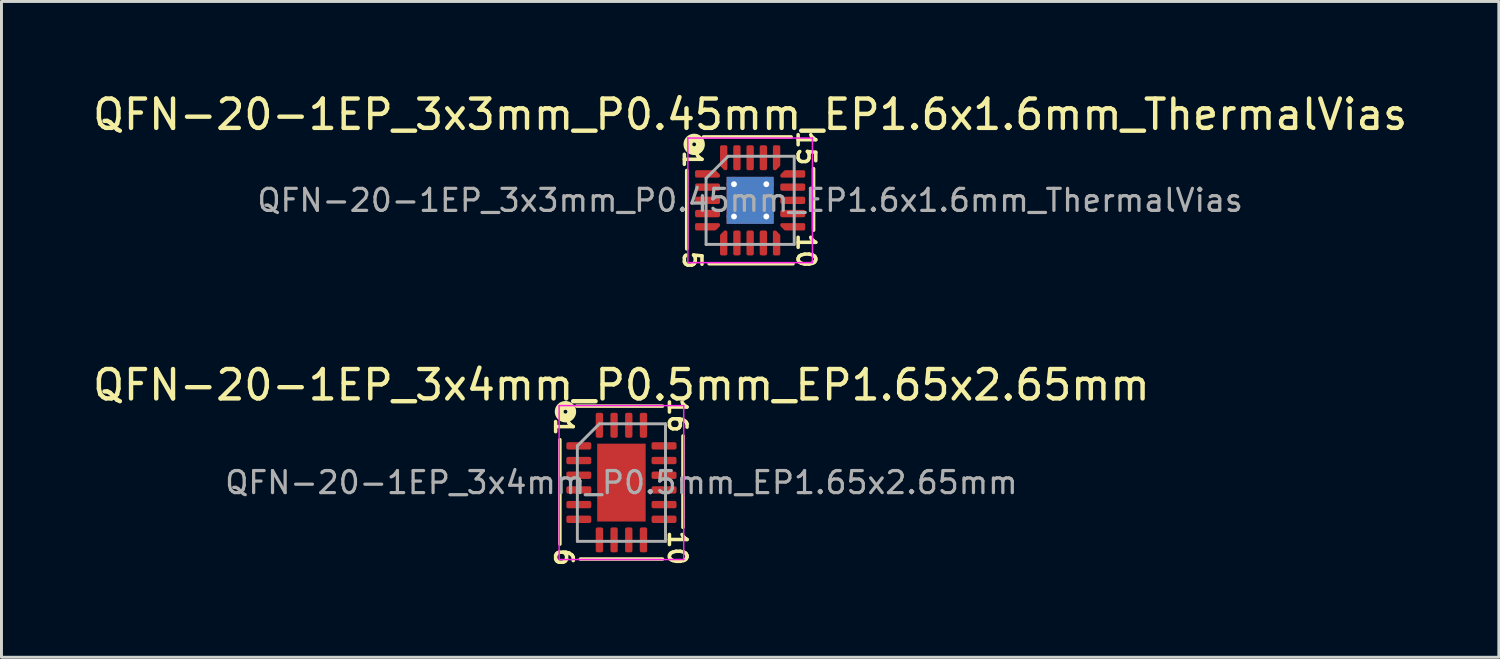
<source format=kicad_pcb>
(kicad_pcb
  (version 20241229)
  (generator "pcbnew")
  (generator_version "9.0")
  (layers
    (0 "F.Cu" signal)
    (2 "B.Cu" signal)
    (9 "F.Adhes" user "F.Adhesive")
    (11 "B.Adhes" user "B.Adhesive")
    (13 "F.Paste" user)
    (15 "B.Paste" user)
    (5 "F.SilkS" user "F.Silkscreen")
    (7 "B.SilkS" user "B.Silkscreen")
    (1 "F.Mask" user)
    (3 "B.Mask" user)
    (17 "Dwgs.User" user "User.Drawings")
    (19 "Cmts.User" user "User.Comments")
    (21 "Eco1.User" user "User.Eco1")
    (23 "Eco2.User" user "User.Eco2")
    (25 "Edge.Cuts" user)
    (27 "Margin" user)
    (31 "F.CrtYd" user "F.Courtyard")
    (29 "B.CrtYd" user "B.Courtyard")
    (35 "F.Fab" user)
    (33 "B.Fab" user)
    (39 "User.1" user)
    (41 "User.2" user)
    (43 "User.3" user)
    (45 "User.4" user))
  (footprint "QFN-20-1EP_3x4mm_P0.5mm_EP1.65x2.65mm"
    (layer "F.Cu")
    (at 18.101 13.375)
    (property "Reference" "QFN-20-1EP_3x4mm_P0.5mm_EP1.65x2.65mm" (at 0 -3.32 0) (layer "F.SilkS") (effects (font (size 1 1) (thickness 0.15))))
    (attr smd)
    (fp_line (start -2.095 -1.46) (end -2.095 2.095) (stroke (width 0.12) (type solid)) (layer "F.SilkS"))
    (fp_line (start -1.397 2.603) (end 1.397 2.603) (stroke (width 0.12) (type solid)) (layer "F.SilkS"))
    (fp_line (start 1.397 -2.603) (end -1.524 -2.603) (stroke (width 0.12) (type solid)) (layer "F.SilkS"))
    (fp_line (start 2.095 1.524) (end 2.095 -1.587) (stroke (width 0.12) (type solid)) (layer "F.SilkS"))
    (fp_circle (center -1.905 -2.413) (end -1.841 -2.413) (stroke (width 0.3) (type solid)) (fill no) (layer "F.SilkS"))
    (fp_line (start -2.12 -2.62) (end -2.12 2.62) (stroke (width 0.05) (type solid)) (layer "F.CrtYd"))
    (fp_line (start -2.12 2.62) (end 2.12 2.62) (stroke (width 0.05) (type solid)) (layer "F.CrtYd"))
    (fp_line (start 2.12 -2.62) (end -2.12 -2.62) (stroke (width 0.05) (type solid)) (layer "F.CrtYd"))
    (fp_line (start 2.12 2.62) (end 2.12 -2.62) (stroke (width 0.05) (type solid)) (layer "F.CrtYd"))
    (fp_line (start -1.5 -1.25) (end -0.75 -2) (stroke (width 0.1) (type solid)) (layer "F.Fab"))
    (fp_line (start -1.5 2) (end -1.5 -1.25) (stroke (width 0.1) (type solid)) (layer "F.Fab"))
    (fp_line (start -0.75 -2) (end 1.5 -2) (stroke (width 0.1) (type solid)) (layer "F.Fab"))
    (fp_line (start 1.5 -2) (end 1.5 2) (stroke (width 0.1) (type solid)) (layer "F.Fab"))
    (fp_line (start 1.5 2) (end -1.5 2) (stroke (width 0.1) (type solid)) (layer "F.Fab"))
    (fp_text user "16" (at 1.905 -2.286 270) (unlocked yes) (layer "F.SilkS") (effects (font (size 0.6 0.6) (thickness 0.12))))
    (fp_text user "6" (at -1.968 2.54 270) (unlocked yes) (layer "F.SilkS") (effects (font (size 0.6 0.6) (thickness 0.12))))
    (fp_text user "10" (at 1.905 2.223 270) (unlocked yes) (layer "F.SilkS") (effects (font (size 0.6 0.6) (thickness 0.12))))
    (fp_text user "1" (at -1.968 -1.905 270) (unlocked yes) (layer "F.SilkS") (effects (font (size 0.6 0.6) (thickness 0.12))))
    (fp_text user "${REFERENCE}" (at 0 0 0) (layer "F.Fab") (effects (font (size 0.75 0.75) (thickness 0.11))))
    (pad "" smd roundrect (at -0.41 -0.66) (size 0.67 1.07) (layers "F.Paste") (roundrect_rratio 0.25))
    (pad "" smd roundrect (at -0.41 0.66) (size 0.67 1.07) (layers "F.Paste") (roundrect_rratio 0.25))
    (pad "" smd roundrect (at 0.41 -0.66) (size 0.67 1.07) (layers "F.Paste") (roundrect_rratio 0.25))
    (pad "" smd roundrect (at 0.41 0.66) (size 0.67 1.07) (layers "F.Paste") (roundrect_rratio 0.25))
    (pad "1" smd roundrect (at -1.45 -1.25) (size 0.85 0.25) (layers "F.Cu" "F.Mask" "F.Paste") (roundrect_rratio 0.25))
    (pad "2" smd roundrect (at -1.45 -0.75) (size 0.85 0.25) (layers "F.Cu" "F.Mask" "F.Paste") (roundrect_rratio 0.25))
    (pad "3" smd roundrect (at -1.45 -0.25) (size 0.85 0.25) (layers "F.Cu" "F.Mask" "F.Paste") (roundrect_rratio 0.25))
    (pad "4" smd roundrect (at -1.45 0.25) (size 0.85 0.25) (layers "F.Cu" "F.Mask" "F.Paste") (roundrect_rratio 0.25))
    (pad "5" smd roundrect (at -1.45 0.75) (size 0.85 0.25) (layers "F.Cu" "F.Mask" "F.Paste") (roundrect_rratio 0.25))
    (pad "6" smd roundrect (at -1.45 1.25) (size 0.85 0.25) (layers "F.Cu" "F.Mask" "F.Paste") (roundrect_rratio 0.25))
    (pad "7" smd roundrect (at -0.75 1.95) (size 0.25 0.85) (layers "F.Cu" "F.Mask" "F.Paste") (roundrect_rratio 0.25))
    (pad "8" smd roundrect (at -0.25 1.95) (size 0.25 0.85) (layers "F.Cu" "F.Mask" "F.Paste") (roundrect_rratio 0.25))
    (pad "9" smd roundrect (at 0.25 1.95) (size 0.25 0.85) (layers "F.Cu" "F.Mask" "F.Paste") (roundrect_rratio 0.25))
    (pad "10" smd roundrect (at 0.75 1.95) (size 0.25 0.85) (layers "F.Cu" "F.Mask" "F.Paste") (roundrect_rratio 0.25))
    (pad "11" smd roundrect (at 1.45 1.25) (size 0.85 0.25) (layers "F.Cu" "F.Mask" "F.Paste") (roundrect_rratio 0.25))
    (pad "12" smd roundrect (at 1.45 0.75) (size 0.85 0.25) (layers "F.Cu" "F.Mask" "F.Paste") (roundrect_rratio 0.25))
    (pad "13" smd roundrect (at 1.45 0.25) (size 0.85 0.25) (layers "F.Cu" "F.Mask" "F.Paste") (roundrect_rratio 0.25))
    (pad "14" smd roundrect (at 1.45 -0.25) (size 0.85 0.25) (layers "F.Cu" "F.Mask" "F.Paste") (roundrect_rratio 0.25))
    (pad "15" smd roundrect (at 1.45 -0.75) (size 0.85 0.25) (layers "F.Cu" "F.Mask" "F.Paste") (roundrect_rratio 0.25))
    (pad "16" smd roundrect (at 1.45 -1.25) (size 0.85 0.25) (layers "F.Cu" "F.Mask" "F.Paste") (roundrect_rratio 0.25))
    (pad "17" smd roundrect (at 0.75 -1.95) (size 0.25 0.85) (layers "F.Cu" "F.Mask" "F.Paste") (roundrect_rratio 0.25))
    (pad "18" smd roundrect (at 0.25 -1.95) (size 0.25 0.85) (layers "F.Cu" "F.Mask" "F.Paste") (roundrect_rratio 0.25))
    (pad "19" smd roundrect (at -0.25 -1.95) (size 0.25 0.85) (layers "F.Cu" "F.Mask" "F.Paste") (roundrect_rratio 0.25))
    (pad "20" smd roundrect (at -0.75 -1.95) (size 0.25 0.85) (layers "F.Cu" "F.Mask" "F.Paste") (roundrect_rratio 0.25))
    (pad "21" smd rect (at 0 0) (size 1.65 2.65) (layers "F.Cu" "F.Mask")))
  (footprint "QFN-20-1EP_3x3mm_P0.45mm_EP1.6x1.6mm_ThermalVias"
    (layer "F.Cu")
    (at 22.482 3.769)
    (property "Reference" "QFN-20-1EP_3x3mm_P0.45mm_EP1.6x1.6mm_ThermalVias" (at 0 -2.921 0) (layer "F.SilkS") (effects (font (size 1 1) (thickness 0.15))))
    (attr smd)
    (fp_line (start -2.159 -1.016) (end -2.159 1.651) (stroke (width 0.12) (type solid)) (layer "F.SilkS"))
    (fp_line (start -1.397 2.159) (end 1.46 2.159) (stroke (width 0.12) (type solid)) (layer "F.SilkS"))
    (fp_line (start 1.397 -2.159) (end -1.587 -2.159) (stroke (width 0.12) (type solid)) (layer "F.SilkS"))
    (fp_line (start 2.159 1.016) (end 2.159 -1.079) (stroke (width 0.12) (type solid)) (layer "F.SilkS"))
    (fp_circle (center -1.905 -1.905) (end -1.841 -1.905) (stroke (width 0.3) (type solid)) (fill no) (layer "F.SilkS"))
    (fp_line (start -2.12 -2.12) (end -2.12 2.12) (stroke (width 0.05) (type solid)) (layer "F.CrtYd"))
    (fp_line (start -2.12 2.12) (end 2.12 2.12) (stroke (width 0.05) (type solid)) (layer "F.CrtYd"))
    (fp_line (start 2.12 -2.12) (end -2.12 -2.12) (stroke (width 0.05) (type solid)) (layer "F.CrtYd"))
    (fp_line (start 2.12 2.12) (end 2.12 -2.12) (stroke (width 0.05) (type solid)) (layer "F.CrtYd"))
    (fp_line (start -1.5 -0.75) (end -0.75 -1.5) (stroke (width 0.1) (type solid)) (layer "F.Fab"))
    (fp_line (start -1.5 1.5) (end -1.5 -0.75) (stroke (width 0.1) (type solid)) (layer "F.Fab"))
    (fp_line (start -0.75 -1.5) (end 1.5 -1.5) (stroke (width 0.1) (type solid)) (layer "F.Fab"))
    (fp_line (start 1.5 -1.5) (end 1.5 1.5) (stroke (width 0.1) (type solid)) (layer "F.Fab"))
    (fp_line (start 1.5 1.5) (end -1.5 1.5) (stroke (width 0.1) (type solid)) (layer "F.Fab"))
    (fp_text user "5" (at -1.968 2.032 270) (unlocked yes) (layer "F.SilkS") (effects (font (size 0.6 0.6) (thickness 0.12))))
    (fp_text user "15" (at 1.905 -1.778 270) (unlocked yes) (layer "F.SilkS") (effects (font (size 0.6 0.6) (thickness 0.12))))
    (fp_text user "1" (at -1.968 -1.397 270) (unlocked yes) (layer "F.SilkS") (effects (font (size 0.6 0.6) (thickness 0.12))))
    (fp_text user "10" (at 1.905 1.714 270) (unlocked yes) (layer "F.SilkS") (effects (font (size 0.6 0.6) (thickness 0.12))))
    (fp_text user "${REFERENCE}" (at 0 0 0) (layer "F.Fab") (effects (font (size 0.75 0.75) (thickness 0.11))))
    (pad "" smd roundrect (at -0.4 -0.4) (size 0.69 0.69) (layers "F.Paste") (roundrect_rratio 0.25))
    (pad "" smd roundrect (at -0.4 0.4) (size 0.69 0.69) (layers "F.Paste") (roundrect_rratio 0.25))
    (pad "" smd roundrect (at 0.4 -0.4) (size 0.69 0.69) (layers "F.Paste") (roundrect_rratio 0.25))
    (pad "" smd roundrect (at 0.4 0.4) (size 0.69 0.69) (layers "F.Paste") (roundrect_rratio 0.25))
    (pad "1" smd custom (at -1.45 -0.9) (size 0.144 0.144) (layers "F.Cu" "F.Mask" "F.Paste") (options (anchor circle)) (primitives (gr_poly (pts (xy 0.375 0.046) (xy 0.375 0.075) (xy -0.375 0.075) (xy -0.375 -0.075) (xy 0.254 -0.075)) (width 0.1) (fill yes))))
    (pad "2" smd roundrect (at -1.45 -0.45) (size 0.85 0.25) (layers "F.Cu" "F.Mask" "F.Paste") (roundrect_rratio 0.25))
    (pad "3" smd roundrect (at -1.45 0) (size 0.85 0.25) (layers "F.Cu" "F.Mask" "F.Paste") (roundrect_rratio 0.25))
    (pad "4" smd roundrect (at -1.45 0.45) (size 0.85 0.25) (layers "F.Cu" "F.Mask" "F.Paste") (roundrect_rratio 0.25))
    (pad "5" smd custom (at -1.45 0.9) (size 0.144 0.144) (layers "F.Cu" "F.Mask" "F.Paste") (options (anchor circle)) (primitives (gr_poly (pts (xy 0.375 -0.046) (xy 0.254 0.075) (xy -0.375 0.075) (xy -0.375 -0.075) (xy 0.375 -0.075)) (width 0.1) (fill yes))))
    (pad "6" smd custom (at -0.9 1.45) (size 0.144 0.144) (layers "F.Cu" "F.Mask" "F.Paste") (options (anchor circle)) (primitives (gr_poly (pts (xy 0.075 0.375) (xy -0.075 0.375) (xy -0.075 -0.254) (xy 0.046 -0.375) (xy 0.075 -0.375)) (width 0.1) (fill yes))))
    (pad "7" smd roundrect (at -0.45 1.45) (size 0.25 0.85) (layers "F.Cu" "F.Mask" "F.Paste") (roundrect_rratio 0.25))
    (pad "8" smd roundrect (at 0 1.45) (size 0.25 0.85) (layers "F.Cu" "F.Mask" "F.Paste") (roundrect_rratio 0.25))
    (pad "9" smd roundrect (at 0.45 1.45) (size 0.25 0.85) (layers "F.Cu" "F.Mask" "F.Paste") (roundrect_rratio 0.25))
    (pad "10" smd custom (at 0.9 1.45) (size 0.144 0.144) (layers "F.Cu" "F.Mask" "F.Paste") (options (anchor circle)) (primitives (gr_poly (pts (xy 0.075 -0.254) (xy 0.075 0.375) (xy -0.075 0.375) (xy -0.075 -0.375) (xy -0.046 -0.375)) (width 0.1) (fill yes))))
    (pad "11" smd custom (at 1.45 0.9) (size 0.144 0.144) (layers "F.Cu" "F.Mask" "F.Paste") (options (anchor circle)) (primitives (gr_poly (pts (xy 0.375 0.075) (xy -0.254 0.075) (xy -0.375 -0.046) (xy -0.375 -0.075) (xy 0.375 -0.075)) (width 0.1) (fill yes))))
    (pad "12" smd roundrect (at 1.45 0.45) (size 0.85 0.25) (layers "F.Cu" "F.Mask" "F.Paste") (roundrect_rratio 0.25))
    (pad "13" smd roundrect (at 1.45 0) (size 0.85 0.25) (layers "F.Cu" "F.Mask" "F.Paste") (roundrect_rratio 0.25))
    (pad "14" smd roundrect (at 1.45 -0.45) (size 0.85 0.25) (layers "F.Cu" "F.Mask" "F.Paste") (roundrect_rratio 0.25))
    (pad "15" smd custom (at 1.45 -0.9) (size 0.144 0.144) (layers "F.Cu" "F.Mask" "F.Paste") (options (anchor circle)) (primitives (gr_poly (pts (xy 0.375 0.075) (xy -0.375 0.075) (xy -0.375 0.046) (xy -0.254 -0.075) (xy 0.375 -0.075)) (width 0.1) (fill yes))))
    (pad "16" smd custom (at 0.9 -1.45) (size 0.144 0.144) (layers "F.Cu" "F.Mask" "F.Paste") (options (anchor circle)) (primitives (gr_poly (pts (xy 0.075 0.254) (xy -0.046 0.375) (xy -0.075 0.375) (xy -0.075 -0.375) (xy 0.075 -0.375)) (width 0.1) (fill yes))))
    (pad "17" smd roundrect (at 0.45 -1.45) (size 0.25 0.85) (layers "F.Cu" "F.Mask" "F.Paste") (roundrect_rratio 0.25))
    (pad "18" smd roundrect (at 0 -1.45) (size 0.25 0.85) (layers "F.Cu" "F.Mask" "F.Paste") (roundrect_rratio 0.25))
    (pad "19" smd roundrect (at -0.45 -1.45) (size 0.25 0.85) (layers "F.Cu" "F.Mask" "F.Paste") (roundrect_rratio 0.25))
    (pad "20" smd custom (at -0.9 -1.45) (size 0.144 0.144) (layers "F.Cu" "F.Mask" "F.Paste") (options (anchor circle)) (primitives (gr_poly (pts (xy 0.075 0.375) (xy 0.046 0.375) (xy -0.075 0.254) (xy -0.075 -0.375) (xy 0.075 -0.375)) (width 0.1) (fill yes))))
    (pad "21" thru_hole circle (at -0.55 -0.55) (size 0.5 0.5) (drill 0.2) (layers "*.Cu"))
    (pad "21" thru_hole circle (at -0.55 0.55) (size 0.5 0.5) (drill 0.2) (layers "*.Cu"))
    (pad "21" smd rect (at 0 0) (size 1.6 1.6) (layers "F.Cu" "F.Mask"))
    (pad "21" smd rect (at 0 0) (size 1.6 1.6) (layers "B.Cu" "B.Mask"))
    (pad "21" thru_hole circle (at 0.55 -0.55) (size 0.5 0.5) (drill 0.2) (layers "*.Cu"))
    (pad "21" thru_hole circle (at 0.55 0.55) (size 0.5 0.5) (drill 0.2) (layers "*.Cu")))
  (gr_rect
    (start -3 -3)
    (end 47.964 19.321)
    (stroke (width 0.1) (type default))
    (fill no)
    (layer "Edge.Cuts")))
</source>
